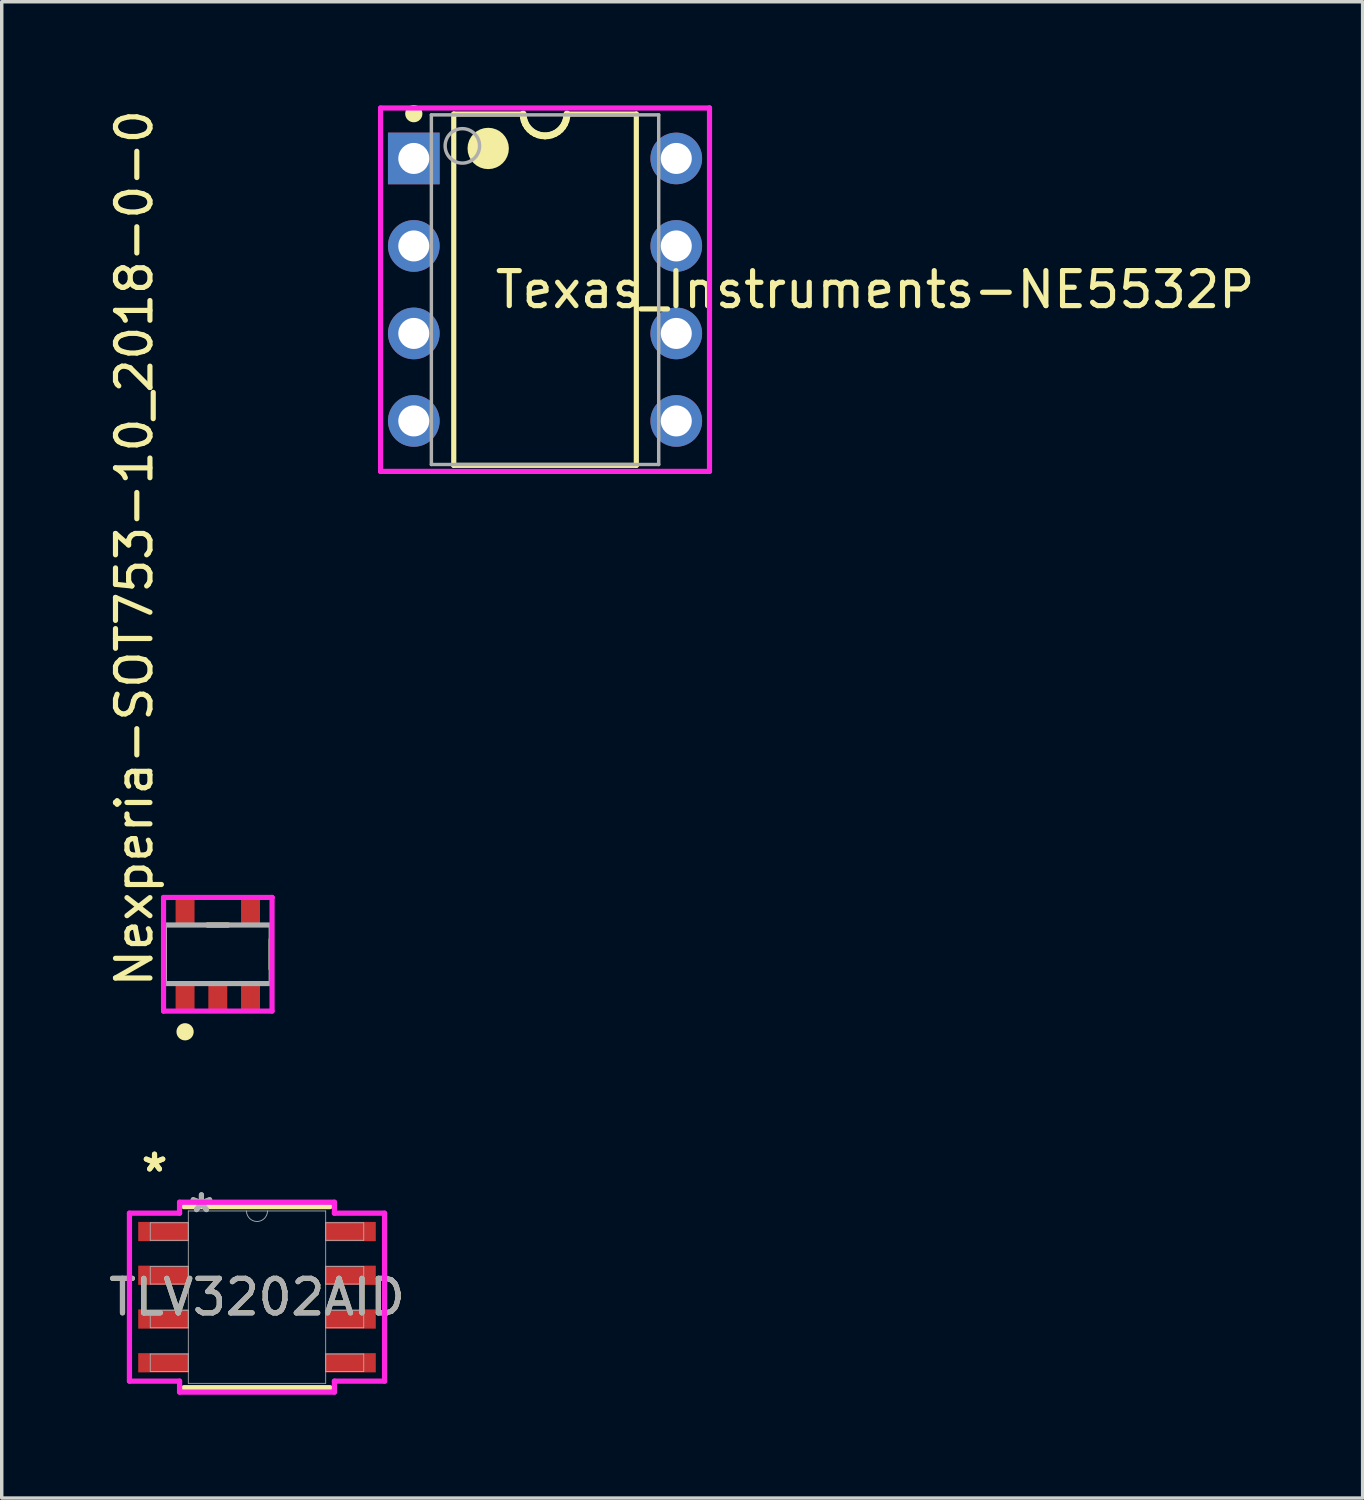
<source format=kicad_pcb>
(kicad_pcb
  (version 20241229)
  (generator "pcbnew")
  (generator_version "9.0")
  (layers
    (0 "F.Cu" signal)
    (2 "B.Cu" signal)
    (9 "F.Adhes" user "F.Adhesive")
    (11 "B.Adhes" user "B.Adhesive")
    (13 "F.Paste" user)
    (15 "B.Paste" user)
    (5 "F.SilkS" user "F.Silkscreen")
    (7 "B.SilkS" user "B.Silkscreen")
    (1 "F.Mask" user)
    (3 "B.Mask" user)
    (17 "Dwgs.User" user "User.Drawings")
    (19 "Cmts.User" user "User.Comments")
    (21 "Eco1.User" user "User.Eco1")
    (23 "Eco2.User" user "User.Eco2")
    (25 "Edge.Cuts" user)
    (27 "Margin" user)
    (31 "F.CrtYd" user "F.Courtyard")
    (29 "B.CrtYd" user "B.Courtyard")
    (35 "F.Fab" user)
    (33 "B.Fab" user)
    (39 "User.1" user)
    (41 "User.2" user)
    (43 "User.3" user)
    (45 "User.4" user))
  (footprint "TLV3202AID"
    (layer "F.Cu")
    (at 4.411 34.608)
    (property "Reference" "TLV3202AID" (at 0 0 0) (unlocked yes) (layer "F.SilkS") (effects (font (size 1 1) (thickness 0.15))))
    (attr smd)
    (fp_line (start -2.121 2.629) (end 2.121 2.629) (stroke (width 0.152) (type solid)) (layer "F.SilkS"))
    (fp_line (start 2.121 -2.629) (end -2.121 -2.629) (stroke (width 0.152) (type solid)) (layer "F.SilkS"))
    (fp_line (start -3.703 -2.438) (end -2.248 -2.438) (stroke (width 0.152) (type solid)) (layer "F.CrtYd"))
    (fp_line (start -3.703 2.438) (end -3.703 -2.438) (stroke (width 0.152) (type solid)) (layer "F.CrtYd"))
    (fp_line (start -3.703 2.438) (end -2.248 2.438) (stroke (width 0.152) (type solid)) (layer "F.CrtYd"))
    (fp_line (start -2.248 -2.756) (end 2.248 -2.756) (stroke (width 0.152) (type solid)) (layer "F.CrtYd"))
    (fp_line (start -2.248 -2.438) (end -2.248 -2.756) (stroke (width 0.152) (type solid)) (layer "F.CrtYd"))
    (fp_line (start -2.248 2.756) (end -2.248 2.438) (stroke (width 0.152) (type solid)) (layer "F.CrtYd"))
    (fp_line (start 2.248 -2.756) (end 2.248 -2.438) (stroke (width 0.152) (type solid)) (layer "F.CrtYd"))
    (fp_line (start 2.248 2.438) (end 2.248 2.756) (stroke (width 0.152) (type solid)) (layer "F.CrtYd"))
    (fp_line (start 2.248 2.756) (end -2.248 2.756) (stroke (width 0.152) (type solid)) (layer "F.CrtYd"))
    (fp_line (start 3.703 -2.438) (end 2.248 -2.438) (stroke (width 0.152) (type solid)) (layer "F.CrtYd"))
    (fp_line (start 3.703 -2.438) (end 3.703 2.438) (stroke (width 0.152) (type solid)) (layer "F.CrtYd"))
    (fp_line (start 3.703 2.438) (end 2.248 2.438) (stroke (width 0.152) (type solid)) (layer "F.CrtYd"))
    (fp_line (start -3.099 -2.159) (end -3.099 -1.651) (stroke (width 0.025) (type solid)) (layer "F.Fab"))
    (fp_line (start -3.099 -1.651) (end -1.994 -1.651) (stroke (width 0.025) (type solid)) (layer "F.Fab"))
    (fp_line (start -3.099 -0.889) (end -3.099 -0.381) (stroke (width 0.025) (type solid)) (layer "F.Fab"))
    (fp_line (start -3.099 -0.381) (end -1.994 -0.381) (stroke (width 0.025) (type solid)) (layer "F.Fab"))
    (fp_line (start -3.099 0.381) (end -3.099 0.889) (stroke (width 0.025) (type solid)) (layer "F.Fab"))
    (fp_line (start -3.099 0.889) (end -1.994 0.889) (stroke (width 0.025) (type solid)) (layer "F.Fab"))
    (fp_line (start -3.099 1.651) (end -3.099 2.159) (stroke (width 0.025) (type solid)) (layer "F.Fab"))
    (fp_line (start -3.099 2.159) (end -1.994 2.159) (stroke (width 0.025) (type solid)) (layer "F.Fab"))
    (fp_line (start -1.994 -2.502) (end -1.994 2.502) (stroke (width 0.025) (type solid)) (layer "F.Fab"))
    (fp_line (start -1.994 -2.159) (end -3.099 -2.159) (stroke (width 0.025) (type solid)) (layer "F.Fab"))
    (fp_line (start -1.994 -1.651) (end -1.994 -2.159) (stroke (width 0.025) (type solid)) (layer "F.Fab"))
    (fp_line (start -1.994 -0.889) (end -3.099 -0.889) (stroke (width 0.025) (type solid)) (layer "F.Fab"))
    (fp_line (start -1.994 -0.381) (end -1.994 -0.889) (stroke (width 0.025) (type solid)) (layer "F.Fab"))
    (fp_line (start -1.994 0.381) (end -3.099 0.381) (stroke (width 0.025) (type solid)) (layer "F.Fab"))
    (fp_line (start -1.994 0.889) (end -1.994 0.381) (stroke (width 0.025) (type solid)) (layer "F.Fab"))
    (fp_line (start -1.994 1.651) (end -3.099 1.651) (stroke (width 0.025) (type solid)) (layer "F.Fab"))
    (fp_line (start -1.994 2.159) (end -1.994 1.651) (stroke (width 0.025) (type solid)) (layer "F.Fab"))
    (fp_line (start -1.994 2.502) (end 1.994 2.502) (stroke (width 0.025) (type solid)) (layer "F.Fab"))
    (fp_line (start 1.994 -2.502) (end -1.994 -2.502) (stroke (width 0.025) (type solid)) (layer "F.Fab"))
    (fp_line (start 1.994 -2.159) (end 1.994 -1.651) (stroke (width 0.025) (type solid)) (layer "F.Fab"))
    (fp_line (start 1.994 -1.651) (end 3.099 -1.651) (stroke (width 0.025) (type solid)) (layer "F.Fab"))
    (fp_line (start 1.994 -0.889) (end 1.994 -0.381) (stroke (width 0.025) (type solid)) (layer "F.Fab"))
    (fp_line (start 1.994 -0.381) (end 3.099 -0.381) (stroke (width 0.025) (type solid)) (layer "F.Fab"))
    (fp_line (start 1.994 0.381) (end 1.994 0.889) (stroke (width 0.025) (type solid)) (layer "F.Fab"))
    (fp_line (start 1.994 0.889) (end 3.099 0.889) (stroke (width 0.025) (type solid)) (layer "F.Fab"))
    (fp_line (start 1.994 1.651) (end 1.994 2.159) (stroke (width 0.025) (type solid)) (layer "F.Fab"))
    (fp_line (start 1.994 2.159) (end 3.099 2.159) (stroke (width 0.025) (type solid)) (layer "F.Fab"))
    (fp_line (start 1.994 2.502) (end 1.994 -2.502) (stroke (width 0.025) (type solid)) (layer "F.Fab"))
    (fp_line (start 3.099 -2.159) (end 1.994 -2.159) (stroke (width 0.025) (type solid)) (layer "F.Fab"))
    (fp_line (start 3.099 -1.651) (end 3.099 -2.159) (stroke (width 0.025) (type solid)) (layer "F.Fab"))
    (fp_line (start 3.099 -0.889) (end 1.994 -0.889) (stroke (width 0.025) (type solid)) (layer "F.Fab"))
    (fp_line (start 3.099 -0.381) (end 3.099 -0.889) (stroke (width 0.025) (type solid)) (layer "F.Fab"))
    (fp_line (start 3.099 0.381) (end 1.994 0.381) (stroke (width 0.025) (type solid)) (layer "F.Fab"))
    (fp_line (start 3.099 0.889) (end 3.099 0.381) (stroke (width 0.025) (type solid)) (layer "F.Fab"))
    (fp_line (start 3.099 1.651) (end 1.994 1.651) (stroke (width 0.025) (type solid)) (layer "F.Fab"))
    (fp_line (start 3.099 2.159) (end 3.099 1.651) (stroke (width 0.025) (type solid)) (layer "F.Fab"))
    (fp_arc (start 0.3048 -2.5019) (mid 0 -2.1971) (end -0.3048 -2.5019) (stroke (width 0.0254) (type solid)) (layer "F.Fab"))
    (fp_text user "*" (at -2.975 -3.606 0) (layer "F.SilkS") (effects (font (size 1 1) (thickness 0.15))))
    (fp_text user "*" (at -2.975 -3.606 0) (unlocked yes) (layer "F.SilkS") (effects (font (size 1 1) (thickness 0.15))))
    (fp_text user "*" (at -1.613 -2.426 0) (layer "F.Fab") (effects (font (size 1 1) (thickness 0.15))))
    (fp_text user "*" (at -1.613 -2.426 0) (unlocked yes) (layer "F.Fab") (effects (font (size 1 1) (thickness 0.15))))
    (fp_text user "${REFERENCE}" (at 0 0 0) (unlocked yes) (layer "F.Fab") (effects (font (size 1 1) (thickness 0.15))))
    (pad "1" smd rect (at -2.721 -1.905) (size 1.455 0.558) (layers "F.Cu" "F.Mask" "F.Paste"))
    (pad "2" smd rect (at -2.721 -0.635) (size 1.455 0.558) (layers "F.Cu" "F.Mask" "F.Paste"))
    (pad "3" smd rect (at -2.721 0.635) (size 1.455 0.558) (layers "F.Cu" "F.Mask" "F.Paste"))
    (pad "4" smd rect (at -2.721 1.905) (size 1.455 0.558) (layers "F.Cu" "F.Mask" "F.Paste"))
    (pad "5" smd rect (at 2.721 1.905) (size 1.455 0.558) (layers "F.Cu" "F.Mask" "F.Paste"))
    (pad "6" smd rect (at 2.721 0.635) (size 1.455 0.558) (layers "F.Cu" "F.Mask" "F.Paste"))
    (pad "7" smd rect (at 2.721 -0.635) (size 1.455 0.558) (layers "F.Cu" "F.Mask" "F.Paste"))
    (pad "8" smd rect (at 2.721 -1.905) (size 1.455 0.558) (layers "F.Cu" "F.Mask" "F.Paste")))
  (footprint "Nexperia-SOT753-10_2018-0-0"
    (layer "F.Cu")
    (at 3.273 24.654)
    (property "Reference" "Nexperia-SOT753-10_2018-0-0" (at -2.425 1.025 270) (layer "F.SilkS") (effects (font (size 1 1) (thickness 0.15)) (justify left)))
    (attr through_hole)
    (fp_line (start -1.55 0.425) (end -1.55 -0.425) (stroke (width 0.15) (type solid)) (layer "F.SilkS"))
    (fp_line (start -0.3 -0.85) (end 0.3 -0.85) (stroke (width 0.15) (type solid)) (layer "F.SilkS"))
    (fp_line (start 1.55 0.425) (end 1.55 -0.425) (stroke (width 0.15) (type solid)) (layer "F.SilkS"))
    (fp_circle (center -0.95 2.25) (end -0.825 2.25) (stroke (width 0.25) (type solid)) (fill no) (layer "F.SilkS"))
    (fp_line (start -1.575 -1.65) (end -1.575 1.65) (stroke (width 0.15) (type solid)) (layer "F.CrtYd"))
    (fp_line (start -1.575 1.65) (end 1.575 1.65) (stroke (width 0.15) (type solid)) (layer "F.CrtYd"))
    (fp_line (start 1.575 -1.65) (end -1.575 -1.65) (stroke (width 0.15) (type solid)) (layer "F.CrtYd"))
    (fp_line (start 1.575 -1.65) (end 1.575 -1.65) (stroke (width 0.15) (type solid)) (layer "F.CrtYd"))
    (fp_line (start 1.575 1.65) (end 1.575 -1.65) (stroke (width 0.15) (type solid)) (layer "F.CrtYd"))
    (fp_line (start -1.55 -0.85) (end 1.55 -0.85) (stroke (width 0.15) (type solid)) (layer "F.Fab"))
    (fp_line (start -1.55 0.85) (end -1.55 -0.85) (stroke (width 0.15) (type solid)) (layer "F.Fab"))
    (fp_line (start 1.55 -0.85) (end 1.55 0.85) (stroke (width 0.15) (type solid)) (layer "F.Fab"))
    (fp_line (start 1.55 0.85) (end -1.55 0.85) (stroke (width 0.15) (type solid)) (layer "F.Fab"))
    (pad "" smd rect (at -0.95 -1.2) (size 0.45 0.7) (layers "F.Paste"))
    (pad "" smd rect (at -0.95 1.2) (size 0.45 0.7) (layers "F.Paste"))
    (pad "" smd rect (at 0 1.2) (size 0.45 0.7) (layers "F.Paste"))
    (pad "" smd rect (at 0.95 -1.2) (size 0.45 0.7) (layers "F.Paste"))
    (pad "" smd rect (at 0.95 1.2) (size 0.45 0.7) (layers "F.Paste"))
    (pad "1" smd rect (at -0.95 1.2) (size 0.55 0.8) (layers "F.Cu" "F.Mask"))
    (pad "2" smd rect (at 0 1.2) (size 0.55 0.8) (layers "F.Cu" "F.Mask"))
    (pad "3" smd rect (at 0.95 1.2) (size 0.55 0.8) (layers "F.Cu" "F.Mask"))
    (pad "4" smd rect (at 0.95 -1.2) (size 0.55 0.8) (layers "F.Cu" "F.Mask"))
    (pad "5" smd rect (at -0.95 -1.2) (size 0.55 0.8) (layers "F.Cu" "F.Mask")))
  (footprint "Texas_Instruments-NE5532P"
    (layer "F.Cu")
    (at 12.773 5.36)
    (property "Reference" "Texas_Instruments-NE5532P" (at -1.524 0 0) (layer "F.SilkS") (effects (font (size 1.016 1.016) (thickness 0.15)) (justify left)))
    (attr through_hole)
    (fp_line (start -2.65 -5.1) (end -0.635 -5.1) (stroke (width 0.15) (type solid)) (layer "F.SilkS"))
    (fp_line (start -2.65 5.1) (end -2.65 -5.1) (stroke (width 0.15) (type solid)) (layer "F.SilkS"))
    (fp_line (start -2.65 5.1) (end 2.65 5.1) (stroke (width 0.15) (type solid)) (layer "F.SilkS"))
    (fp_line (start -0.635 -5.1) (end -0.627 -5.001) (stroke (width 0.2) (type solid)) (layer "F.SilkS"))
    (fp_line (start -0.627 -5.001) (end -0.604 -4.904) (stroke (width 0.2) (type solid)) (layer "F.SilkS"))
    (fp_line (start -0.604 -4.904) (end -0.566 -4.812) (stroke (width 0.2) (type solid)) (layer "F.SilkS"))
    (fp_line (start -0.566 -4.812) (end -0.514 -4.727) (stroke (width 0.2) (type solid)) (layer "F.SilkS"))
    (fp_line (start -0.514 -4.727) (end -0.449 -4.651) (stroke (width 0.2) (type solid)) (layer "F.SilkS"))
    (fp_line (start -0.449 -4.651) (end -0.373 -4.586) (stroke (width 0.2) (type solid)) (layer "F.SilkS"))
    (fp_line (start -0.373 -4.586) (end -0.288 -4.534) (stroke (width 0.2) (type solid)) (layer "F.SilkS"))
    (fp_line (start -0.288 -4.534) (end -0.196 -4.496) (stroke (width 0.2) (type solid)) (layer "F.SilkS"))
    (fp_line (start -0.196 -4.496) (end -0.099 -4.473) (stroke (width 0.2) (type solid)) (layer "F.SilkS"))
    (fp_line (start -0.099 -4.473) (end 0 -4.465) (stroke (width 0.2) (type solid)) (layer "F.SilkS"))
    (fp_line (start 0 -4.465) (end 0.099 -4.473) (stroke (width 0.2) (type solid)) (layer "F.SilkS"))
    (fp_line (start 0.099 -4.473) (end 0.196 -4.496) (stroke (width 0.2) (type solid)) (layer "F.SilkS"))
    (fp_line (start 0.196 -4.496) (end 0.288 -4.534) (stroke (width 0.2) (type solid)) (layer "F.SilkS"))
    (fp_line (start 0.288 -4.534) (end 0.373 -4.586) (stroke (width 0.2) (type solid)) (layer "F.SilkS"))
    (fp_line (start 0.373 -4.586) (end 0.449 -4.651) (stroke (width 0.2) (type solid)) (layer "F.SilkS"))
    (fp_line (start 0.449 -4.651) (end 0.514 -4.727) (stroke (width 0.2) (type solid)) (layer "F.SilkS"))
    (fp_line (start 0.514 -4.727) (end 0.566 -4.812) (stroke (width 0.2) (type solid)) (layer "F.SilkS"))
    (fp_line (start 0.566 -4.812) (end 0.604 -4.904) (stroke (width 0.2) (type solid)) (layer "F.SilkS"))
    (fp_line (start 0.604 -4.904) (end 0.627 -5.001) (stroke (width 0.2) (type solid)) (layer "F.SilkS"))
    (fp_line (start 0.627 -5.001) (end 0.635 -5.1) (stroke (width 0.2) (type solid)) (layer "F.SilkS"))
    (fp_line (start 0.635 -5.1) (end 2.65 -5.1) (stroke (width 0.15) (type solid)) (layer "F.SilkS"))
    (fp_line (start 2.65 5.1) (end 2.65 -5.1) (stroke (width 0.15) (type solid)) (layer "F.SilkS"))
    (fp_circle (center -3.81 -5.11) (end -3.685 -5.11) (stroke (width 0.25) (type solid)) (fill no) (layer "F.SilkS"))
    (fp_circle (center -1.65 -4.1) (end -1.35 -4.1) (stroke (width 0.6) (type solid)) (fill no) (layer "F.SilkS"))
    (fp_line (start -4.775 -5.275) (end -4.775 5.275) (stroke (width 0.15) (type solid)) (layer "F.CrtYd"))
    (fp_line (start -4.775 5.275) (end 4.775 5.275) (stroke (width 0.15) (type solid)) (layer "F.CrtYd"))
    (fp_line (start 4.775 -5.275) (end -4.775 -5.275) (stroke (width 0.15) (type solid)) (layer "F.CrtYd"))
    (fp_line (start 4.775 -5.275) (end 4.775 -5.275) (stroke (width 0.15) (type solid)) (layer "F.CrtYd"))
    (fp_line (start 4.775 5.275) (end 4.775 -5.275) (stroke (width 0.15) (type solid)) (layer "F.CrtYd"))
    (fp_line (start -3.3 -5.075) (end 3.3 -5.075) (stroke (width 0.1) (type solid)) (layer "F.Fab"))
    (fp_line (start -3.3 5.075) (end -3.3 -5.075) (stroke (width 0.1) (type solid)) (layer "F.Fab"))
    (fp_line (start -3.3 5.075) (end 3.3 5.075) (stroke (width 0.1) (type solid)) (layer "F.Fab"))
    (fp_line (start 3.3 5.075) (end 3.3 -5.075) (stroke (width 0.1) (type solid)) (layer "F.Fab"))
    (fp_circle (center -2.4 -4.175) (end -1.9 -4.175) (stroke (width 0.1) (type solid)) (fill no) (layer "F.Fab"))
    (pad "1" thru_hole rect (at -3.81 -3.81) (size 1.5 1.5) (drill 0.9) (layers "*.Cu"))
    (pad "2" thru_hole circle (at -3.81 -1.27) (size 1.5 1.5) (drill 0.9) (layers "*.Cu"))
    (pad "3" thru_hole circle (at -3.81 1.27) (size 1.5 1.5) (drill 0.9) (layers "*.Cu"))
    (pad "4" thru_hole circle (at -3.81 3.81) (size 1.5 1.5) (drill 0.9) (layers "*.Cu"))
    (pad "5" thru_hole circle (at 3.81 3.81) (size 1.5 1.5) (drill 0.9) (layers "*.Cu"))
    (pad "6" thru_hole circle (at 3.81 1.27) (size 1.5 1.5) (drill 0.9) (layers "*.Cu"))
    (pad "7" thru_hole circle (at 3.81 -1.27) (size 1.5 1.5) (drill 0.9) (layers "*.Cu"))
    (pad "8" thru_hole circle (at 3.81 -3.81) (size 1.5 1.5) (drill 0.9) (layers "*.Cu")))
  (gr_rect
    (start -3 -3)
    (end 36.509 40.44)
    (stroke (width 0.1) (type default))
    (fill no)
    (layer "Edge.Cuts")))
</source>
